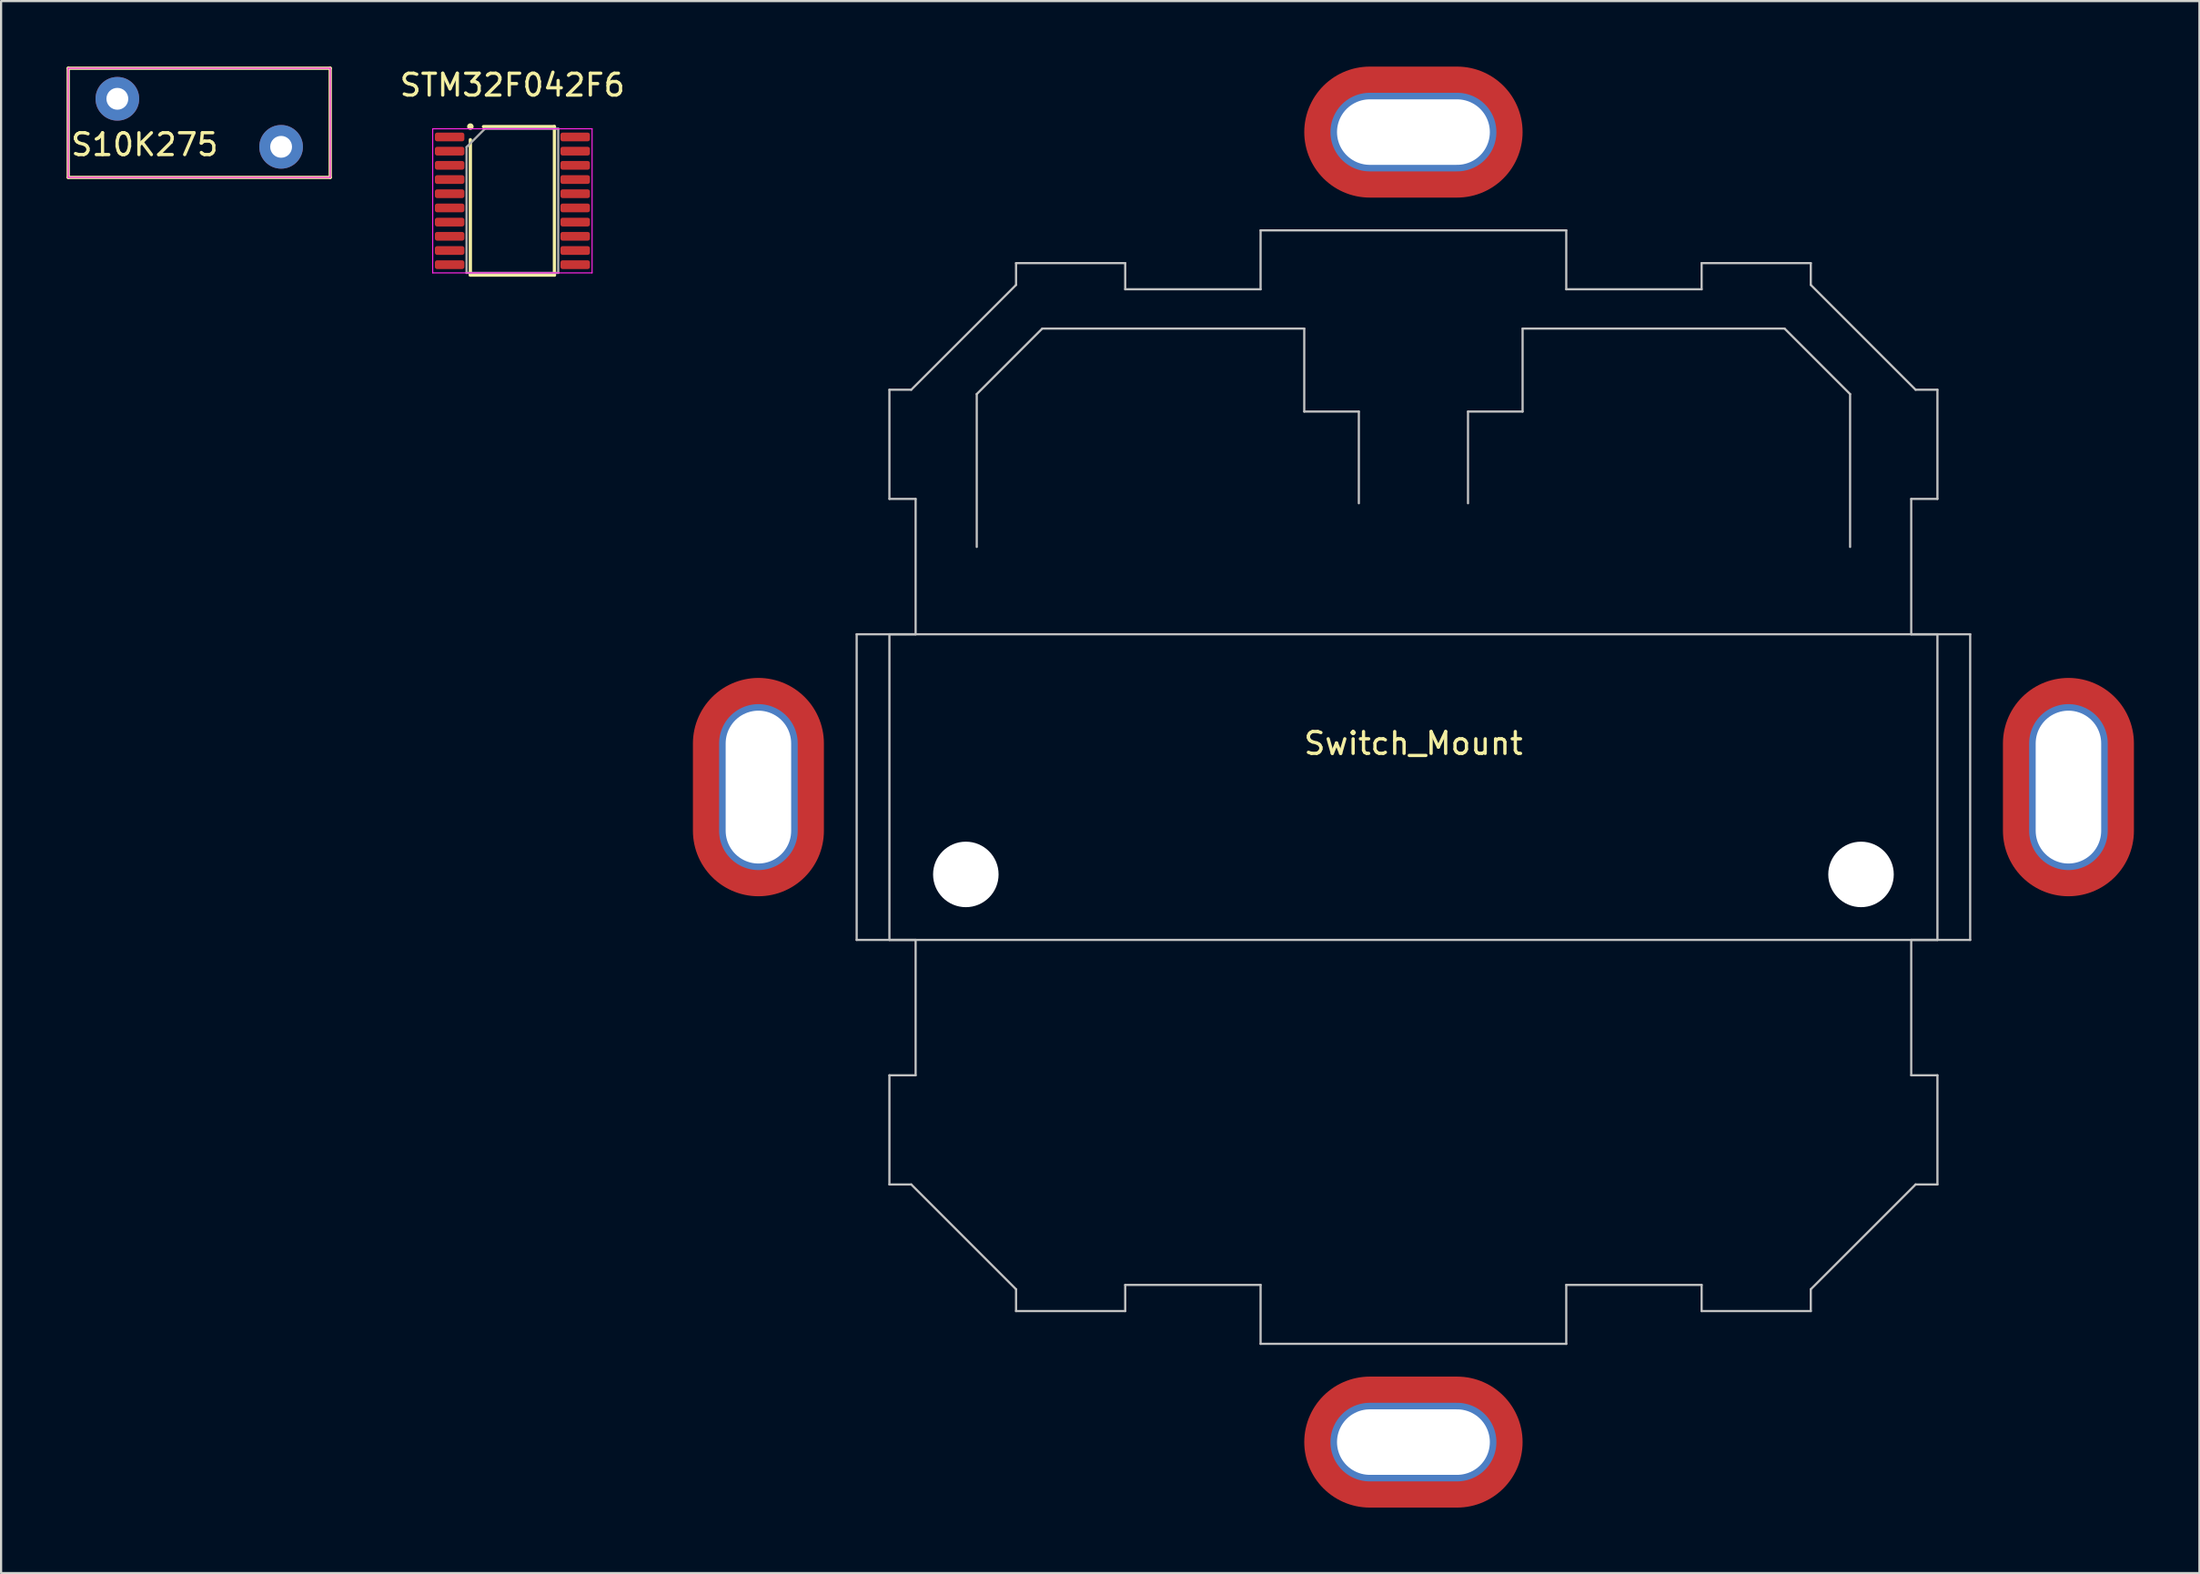
<source format=kicad_pcb>
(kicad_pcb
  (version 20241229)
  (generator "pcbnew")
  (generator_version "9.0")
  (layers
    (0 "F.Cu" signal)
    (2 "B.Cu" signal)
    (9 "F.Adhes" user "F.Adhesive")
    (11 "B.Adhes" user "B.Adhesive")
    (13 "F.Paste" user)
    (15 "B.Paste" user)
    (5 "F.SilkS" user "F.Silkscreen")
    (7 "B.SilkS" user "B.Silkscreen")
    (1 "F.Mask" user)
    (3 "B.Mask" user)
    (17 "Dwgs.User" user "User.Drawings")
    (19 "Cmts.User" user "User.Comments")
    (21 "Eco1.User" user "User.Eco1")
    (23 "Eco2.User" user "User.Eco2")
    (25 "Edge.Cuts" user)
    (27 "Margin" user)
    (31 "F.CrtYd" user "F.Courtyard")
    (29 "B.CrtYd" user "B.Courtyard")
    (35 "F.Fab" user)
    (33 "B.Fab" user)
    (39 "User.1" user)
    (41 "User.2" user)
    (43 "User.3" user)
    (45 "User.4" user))
  (footprint "Switch_Mount"
    (layer "F.Cu")
    (at 61.686 33)
    (property "Reference" "Switch_Mount" (at 0 -2 0) (layer "F.SilkS") (effects (font (size 1 1) (thickness 0.15))))
    (attr through_hole)
    (fp_line (start -25.5 -7) (end -22.8 -7) (stroke (width 0.1) (type solid)) (layer "Dwgs.User"))
    (fp_line (start -25.5 7) (end -25.5 -7) (stroke (width 0.1) (type solid)) (layer "Dwgs.User"))
    (fp_line (start -24 -18.2) (end -23 -18.2) (stroke (width 0.1) (type solid)) (layer "Dwgs.User"))
    (fp_line (start -24 -13.2) (end -24 -18.2) (stroke (width 0.1) (type solid)) (layer "Dwgs.User"))
    (fp_line (start -24 -7) (end 24 -7) (stroke (width 0.1) (type solid)) (layer "Dwgs.User"))
    (fp_line (start -24 7) (end -24 -7) (stroke (width 0.1) (type solid)) (layer "Dwgs.User"))
    (fp_line (start -24 13.2) (end -22.8 13.2) (stroke (width 0.1) (type solid)) (layer "Dwgs.User"))
    (fp_line (start -24 18.2) (end -24 13.2) (stroke (width 0.1) (type solid)) (layer "Dwgs.User"))
    (fp_line (start -23 -18.2) (end -18.2 -23) (stroke (width 0.1) (type solid)) (layer "Dwgs.User"))
    (fp_line (start -23 18.2) (end -24 18.2) (stroke (width 0.1) (type solid)) (layer "Dwgs.User"))
    (fp_line (start -22.8 -13.2) (end -24 -13.2) (stroke (width 0.1) (type solid)) (layer "Dwgs.User"))
    (fp_line (start -22.8 -7) (end -22.8 -13.2) (stroke (width 0.1) (type solid)) (layer "Dwgs.User"))
    (fp_line (start -22.8 7) (end -25.5 7) (stroke (width 0.1) (type solid)) (layer "Dwgs.User"))
    (fp_line (start -22.8 13.2) (end -22.8 7) (stroke (width 0.1) (type solid)) (layer "Dwgs.User"))
    (fp_line (start -20 -18) (end -17 -21) (stroke (width 0.1) (type solid)) (layer "Dwgs.User"))
    (fp_line (start -20 -11) (end -20 -18) (stroke (width 0.1) (type solid)) (layer "Dwgs.User"))
    (fp_line (start -18.2 -24) (end -13.2 -24) (stroke (width 0.1) (type solid)) (layer "Dwgs.User"))
    (fp_line (start -18.2 -23) (end -18.2 -24) (stroke (width 0.1) (type solid)) (layer "Dwgs.User"))
    (fp_line (start -18.2 23) (end -23 18.2) (stroke (width 0.1) (type solid)) (layer "Dwgs.User"))
    (fp_line (start -18.2 24) (end -18.2 23) (stroke (width 0.1) (type solid)) (layer "Dwgs.User"))
    (fp_line (start -17 -21) (end -5 -21) (stroke (width 0.1) (type solid)) (layer "Dwgs.User"))
    (fp_line (start -13.2 -24) (end -13.2 -22.8) (stroke (width 0.1) (type solid)) (layer "Dwgs.User"))
    (fp_line (start -13.2 -22.8) (end -7 -22.8) (stroke (width 0.1) (type solid)) (layer "Dwgs.User"))
    (fp_line (start -13.2 22.8) (end -13.2 24) (stroke (width 0.1) (type solid)) (layer "Dwgs.User"))
    (fp_line (start -13.2 24) (end -18.2 24) (stroke (width 0.1) (type solid)) (layer "Dwgs.User"))
    (fp_line (start -7 -25.5) (end 7 -25.5) (stroke (width 0.1) (type solid)) (layer "Dwgs.User"))
    (fp_line (start -7 -22.8) (end -7 -25.5) (stroke (width 0.1) (type solid)) (layer "Dwgs.User"))
    (fp_line (start -7 22.8) (end -13.2 22.8) (stroke (width 0.1) (type solid)) (layer "Dwgs.User"))
    (fp_line (start -7 25.5) (end -7 22.8) (stroke (width 0.1) (type solid)) (layer "Dwgs.User"))
    (fp_line (start -5 -21) (end -5 -17.2) (stroke (width 0.1) (type solid)) (layer "Dwgs.User"))
    (fp_line (start -5 -17.2) (end -2.5 -17.2) (stroke (width 0.1) (type solid)) (layer "Dwgs.User"))
    (fp_line (start -2.5 -17.2) (end -2.5 -13) (stroke (width 0.1) (type solid)) (layer "Dwgs.User"))
    (fp_line (start 2.5 -17.2) (end 2.5 -13) (stroke (width 0.1) (type solid)) (layer "Dwgs.User"))
    (fp_line (start 5 -21) (end 5 -17.2) (stroke (width 0.1) (type solid)) (layer "Dwgs.User"))
    (fp_line (start 5 -17.2) (end 2.5 -17.2) (stroke (width 0.1) (type solid)) (layer "Dwgs.User"))
    (fp_line (start 7 -25.5) (end 7 -22.8) (stroke (width 0.1) (type solid)) (layer "Dwgs.User"))
    (fp_line (start 7 -22.8) (end 13.2 -22.8) (stroke (width 0.1) (type solid)) (layer "Dwgs.User"))
    (fp_line (start 7 22.8) (end 7 25.5) (stroke (width 0.1) (type solid)) (layer "Dwgs.User"))
    (fp_line (start 7 25.5) (end -7 25.5) (stroke (width 0.1) (type solid)) (layer "Dwgs.User"))
    (fp_line (start 13.2 -24) (end 18.2 -24) (stroke (width 0.1) (type solid)) (layer "Dwgs.User"))
    (fp_line (start 13.2 -22.8) (end 13.2 -24) (stroke (width 0.1) (type solid)) (layer "Dwgs.User"))
    (fp_line (start 13.2 22.8) (end 7 22.8) (stroke (width 0.1) (type solid)) (layer "Dwgs.User"))
    (fp_line (start 13.2 24) (end 13.2 22.8) (stroke (width 0.1) (type solid)) (layer "Dwgs.User"))
    (fp_line (start 17 -21) (end 5 -21) (stroke (width 0.1) (type solid)) (layer "Dwgs.User"))
    (fp_line (start 18.2 -24) (end 18.2 -23) (stroke (width 0.1) (type solid)) (layer "Dwgs.User"))
    (fp_line (start 18.2 -23) (end 23 -18.2) (stroke (width 0.1) (type solid)) (layer "Dwgs.User"))
    (fp_line (start 18.2 23) (end 18.2 24) (stroke (width 0.1) (type solid)) (layer "Dwgs.User"))
    (fp_line (start 18.2 24) (end 13.2 24) (stroke (width 0.1) (type solid)) (layer "Dwgs.User"))
    (fp_line (start 20 -18) (end 17 -21) (stroke (width 0.1) (type solid)) (layer "Dwgs.User"))
    (fp_line (start 20 -11) (end 20 -18) (stroke (width 0.1) (type solid)) (layer "Dwgs.User"))
    (fp_line (start 22.8 -13.2) (end 22.8 -7) (stroke (width 0.1) (type solid)) (layer "Dwgs.User"))
    (fp_line (start 22.8 -7) (end 25.5 -7) (stroke (width 0.1) (type solid)) (layer "Dwgs.User"))
    (fp_line (start 22.8 7) (end 22.8 13.2) (stroke (width 0.1) (type solid)) (layer "Dwgs.User"))
    (fp_line (start 22.8 13.2) (end 24 13.2) (stroke (width 0.1) (type solid)) (layer "Dwgs.User"))
    (fp_line (start 23 -18.2) (end 24 -18.2) (stroke (width 0.1) (type solid)) (layer "Dwgs.User"))
    (fp_line (start 23 18.2) (end 18.2 23) (stroke (width 0.1) (type solid)) (layer "Dwgs.User"))
    (fp_line (start 24 -18.2) (end 24 -13.2) (stroke (width 0.1) (type solid)) (layer "Dwgs.User"))
    (fp_line (start 24 -13.2) (end 22.8 -13.2) (stroke (width 0.1) (type solid)) (layer "Dwgs.User"))
    (fp_line (start 24 -7) (end 24 7) (stroke (width 0.1) (type solid)) (layer "Dwgs.User"))
    (fp_line (start 24 7) (end -24 7) (stroke (width 0.1) (type solid)) (layer "Dwgs.User"))
    (fp_line (start 24 13.2) (end 24 18.2) (stroke (width 0.1) (type solid)) (layer "Dwgs.User"))
    (fp_line (start 24 18.2) (end 23 18.2) (stroke (width 0.1) (type solid)) (layer "Dwgs.User"))
    (fp_line (start 25.5 -7) (end 25.5 7) (stroke (width 0.1) (type solid)) (layer "Dwgs.User"))
    (fp_line (start 25.5 7) (end 22.8 7) (stroke (width 0.1) (type solid)) (layer "Dwgs.User"))
    (pad "" np_thru_hole circle (at -20.5 4) (size 3 3) (drill 3) (layers "*.Cu" "*.Mask"))
    (pad "" np_thru_hole circle (at 20.5 4) (size 3 3) (drill 3) (layers "*.Cu" "*.Mask"))
    (pad "1" thru_hole oval (at 30 0) (size 3.6 7.6) (drill oval 3 7) (layers "*.Cu" "*.Mask"))
    (pad "1" smd oval (at 30 0) (size 6 10) (layers "F.Cu" "F.Mask"))
    (pad "2" thru_hole oval (at -30 0) (size 3.6 7.6) (drill oval 3 7) (layers "*.Cu" "*.Mask"))
    (pad "2" smd oval (at -30 0) (size 6 10) (layers "F.Cu" "F.Mask"))
    (pad "3" thru_hole oval (at 0 30) (size 7.6 3.6) (drill oval 7 3) (layers "*.Cu" "*.Mask"))
    (pad "3" smd oval (at 0 30) (size 10 6) (layers "F.Cu" "F.Mask"))
    (pad "4" thru_hole oval (at 0 -30) (size 7.6 3.6) (drill oval 7 3) (layers "*.Cu" "*.Mask"))
    (pad "4" smd oval (at 0 -30) (size 10 6) (layers "F.Cu" "F.Mask")))
  (footprint "STM32F042F6"
    (layer "F.Cu")
    (at 20.418 6.148)
    (property "Reference" "STM32F042F6" (at 0 -5.3 0) (layer "F.SilkS") (effects (font (size 1 1) (thickness 0.15))))
    (attr through_hole)
    (fp_line (start -1.925 -3.4) (end -1.925 -3.4) (stroke (width 0.3) (type solid)) (layer "F.SilkS"))
    (fp_line (start -1.925 3.4) (end -1.925 -2.8) (stroke (width 0.15) (type solid)) (layer "F.SilkS"))
    (fp_line (start -1.325 -3.4) (end 1.925 -3.4) (stroke (width 0.15) (type solid)) (layer "F.SilkS"))
    (fp_line (start 1.925 -3.4) (end 1.925 3.4) (stroke (width 0.15) (type solid)) (layer "F.SilkS"))
    (fp_line (start 1.925 3.4) (end -1.925 3.4) (stroke (width 0.15) (type solid)) (layer "F.SilkS"))
    (fp_line (start -3.65 -3.3) (end 3.65 -3.3) (stroke (width 0.05) (type solid)) (layer "F.CrtYd"))
    (fp_line (start -3.65 3.3) (end -3.65 -3.3) (stroke (width 0.05) (type solid)) (layer "F.CrtYd"))
    (fp_line (start 3.65 -3.3) (end 3.65 3.3) (stroke (width 0.05) (type solid)) (layer "F.CrtYd"))
    (fp_line (start 3.65 3.3) (end -3.65 3.3) (stroke (width 0.05) (type solid)) (layer "F.CrtYd"))
    (fp_line (start -2.1 -2.46) (end -1.26 -3.3) (stroke (width 0.1) (type solid)) (layer "F.Fab"))
    (fp_line (start -2.1 3.3) (end -2.1 -2.46) (stroke (width 0.1) (type solid)) (layer "F.Fab"))
    (fp_line (start -1.26 -3.3) (end 2.1 -3.3) (stroke (width 0.1) (type solid)) (layer "F.Fab"))
    (fp_line (start 2.1 -3.3) (end 2.1 3.3) (stroke (width 0.1) (type solid)) (layer "F.Fab"))
    (fp_line (start 2.1 3.3) (end -2.1 3.3) (stroke (width 0.1) (type solid)) (layer "F.Fab"))
    (pad "1" smd roundrect (at -2.875 -2.925) (size 1.35 0.4) (layers "F.Cu" "F.Mask" "F.Paste") (roundrect_rratio 0.25))
    (pad "2" smd roundrect (at -2.875 -2.275) (size 1.35 0.4) (layers "F.Cu" "F.Mask" "F.Paste") (roundrect_rratio 0.25))
    (pad "3" smd roundrect (at -2.875 -1.625) (size 1.35 0.4) (layers "F.Cu" "F.Mask" "F.Paste") (roundrect_rratio 0.25))
    (pad "4" smd roundrect (at -2.875 -0.975) (size 1.35 0.4) (layers "F.Cu" "F.Mask" "F.Paste") (roundrect_rratio 0.25))
    (pad "5" smd roundrect (at -2.875 -0.325) (size 1.35 0.4) (layers "F.Cu" "F.Mask" "F.Paste") (roundrect_rratio 0.25))
    (pad "6" smd roundrect (at -2.875 0.325) (size 1.35 0.4) (layers "F.Cu" "F.Mask" "F.Paste") (roundrect_rratio 0.25))
    (pad "7" smd roundrect (at -2.875 0.975) (size 1.35 0.4) (layers "F.Cu" "F.Mask" "F.Paste") (roundrect_rratio 0.25))
    (pad "8" smd roundrect (at -2.875 1.625) (size 1.35 0.4) (layers "F.Cu" "F.Mask" "F.Paste") (roundrect_rratio 0.25))
    (pad "9" smd roundrect (at -2.875 2.275) (size 1.35 0.4) (layers "F.Cu" "F.Mask" "F.Paste") (roundrect_rratio 0.25))
    (pad "10" smd roundrect (at -2.875 2.925) (size 1.35 0.4) (layers "F.Cu" "F.Mask" "F.Paste") (roundrect_rratio 0.25))
    (pad "11" smd roundrect (at 2.875 2.925) (size 1.35 0.4) (layers "F.Cu" "F.Mask" "F.Paste") (roundrect_rratio 0.25))
    (pad "12" smd roundrect (at 2.875 2.275) (size 1.35 0.4) (layers "F.Cu" "F.Mask" "F.Paste") (roundrect_rratio 0.25))
    (pad "13" smd roundrect (at 2.875 1.625) (size 1.35 0.4) (layers "F.Cu" "F.Mask" "F.Paste") (roundrect_rratio 0.25))
    (pad "14" smd roundrect (at 2.875 0.975) (size 1.35 0.4) (layers "F.Cu" "F.Mask" "F.Paste") (roundrect_rratio 0.25))
    (pad "15" smd roundrect (at 2.875 0.325) (size 1.35 0.4) (layers "F.Cu" "F.Mask" "F.Paste") (roundrect_rratio 0.25))
    (pad "16" smd roundrect (at 2.875 -0.325) (size 1.35 0.4) (layers "F.Cu" "F.Mask" "F.Paste") (roundrect_rratio 0.25))
    (pad "17" smd roundrect (at 2.875 -0.975) (size 1.35 0.4) (layers "F.Cu" "F.Mask" "F.Paste") (roundrect_rratio 0.25))
    (pad "18" smd roundrect (at 2.875 -1.625) (size 1.35 0.4) (layers "F.Cu" "F.Mask" "F.Paste") (roundrect_rratio 0.25))
    (pad "19" smd roundrect (at 2.875 -2.275) (size 1.35 0.4) (layers "F.Cu" "F.Mask" "F.Paste") (roundrect_rratio 0.25))
    (pad "20" smd roundrect (at 2.875 -2.925) (size 1.35 0.4) (layers "F.Cu" "F.Mask" "F.Paste") (roundrect_rratio 0.25)))
  (footprint "S10K275"
    (layer "F.Cu")
    (at 6.075 2.575)
    (property "Reference" "S10K275" (at -2.5 1 0) (layer "F.SilkS") (effects (font (size 1 1) (thickness 0.15))))
    (attr through_hole)
    (fp_line (start -6 -2.5) (end -6 2.5) (stroke (width 0.15) (type solid)) (layer "F.SilkS"))
    (fp_line (start -6 2.5) (end 6 2.5) (stroke (width 0.15) (type solid)) (layer "F.SilkS"))
    (fp_line (start 6 -2.5) (end -6 -2.5) (stroke (width 0.15) (type solid)) (layer "F.SilkS"))
    (fp_line (start 6 2.5) (end 6 -2.5) (stroke (width 0.15) (type solid)) (layer "F.SilkS"))
    (fp_line (start -6 -2.5) (end -6 2.5) (stroke (width 0.05) (type solid)) (layer "F.CrtYd"))
    (fp_line (start -6 2.5) (end 6 2.5) (stroke (width 0.05) (type solid)) (layer "F.CrtYd"))
    (fp_line (start 6 -2.5) (end -6 -2.5) (stroke (width 0.05) (type solid)) (layer "F.CrtYd"))
    (fp_line (start 6 2.5) (end 6 -2.5) (stroke (width 0.05) (type solid)) (layer "F.CrtYd"))
    (pad "1" thru_hole circle (at -3.75 -1.1) (size 2 2) (drill 1) (layers "*.Cu" "*.Mask"))
    (pad "2" thru_hole circle (at 3.75 1.1) (size 2 2) (drill 1) (layers "*.Cu" "*.Mask")))
  (gr_rect
    (start -3 -3)
    (end 97.686 69)
    (stroke (width 0.1) (type default))
    (fill no)
    (layer "Edge.Cuts")))
</source>
